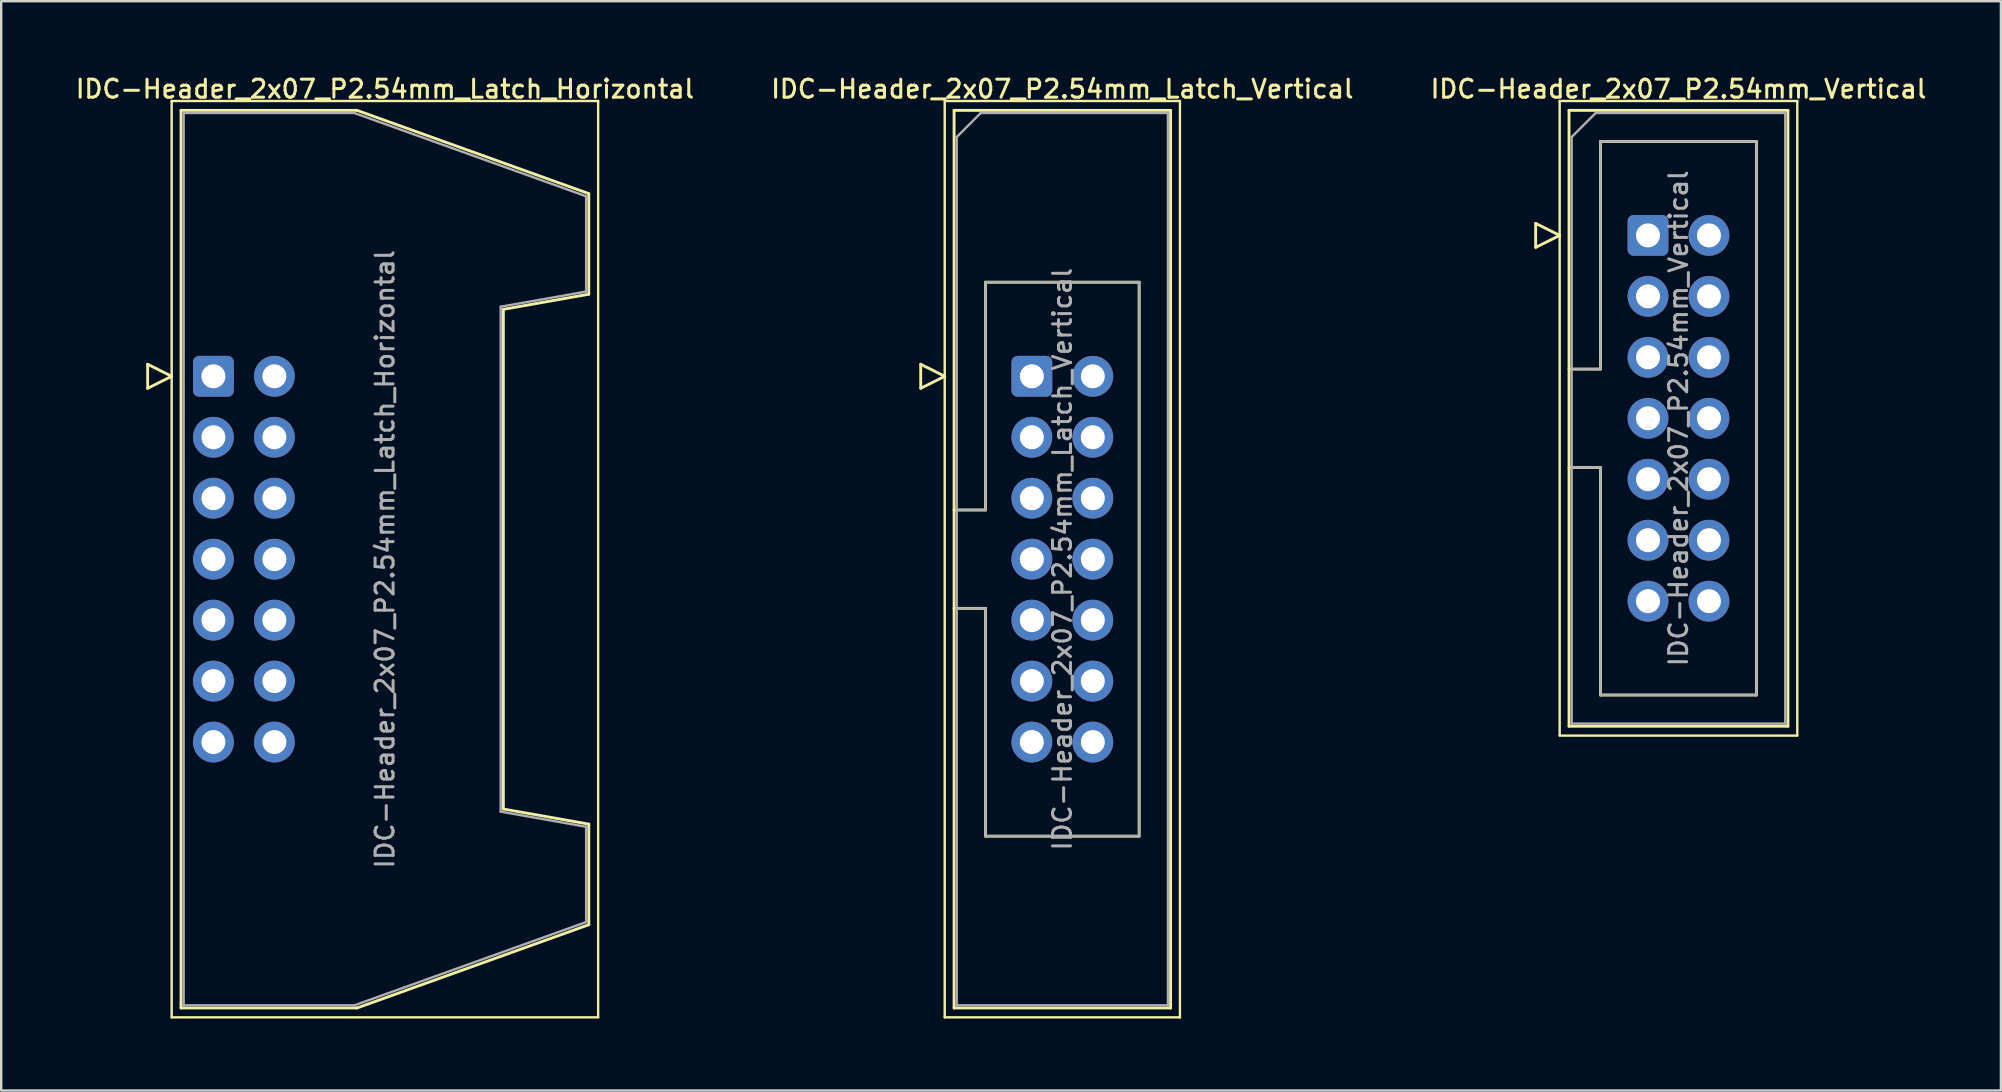
<source format=kicad_pcb>
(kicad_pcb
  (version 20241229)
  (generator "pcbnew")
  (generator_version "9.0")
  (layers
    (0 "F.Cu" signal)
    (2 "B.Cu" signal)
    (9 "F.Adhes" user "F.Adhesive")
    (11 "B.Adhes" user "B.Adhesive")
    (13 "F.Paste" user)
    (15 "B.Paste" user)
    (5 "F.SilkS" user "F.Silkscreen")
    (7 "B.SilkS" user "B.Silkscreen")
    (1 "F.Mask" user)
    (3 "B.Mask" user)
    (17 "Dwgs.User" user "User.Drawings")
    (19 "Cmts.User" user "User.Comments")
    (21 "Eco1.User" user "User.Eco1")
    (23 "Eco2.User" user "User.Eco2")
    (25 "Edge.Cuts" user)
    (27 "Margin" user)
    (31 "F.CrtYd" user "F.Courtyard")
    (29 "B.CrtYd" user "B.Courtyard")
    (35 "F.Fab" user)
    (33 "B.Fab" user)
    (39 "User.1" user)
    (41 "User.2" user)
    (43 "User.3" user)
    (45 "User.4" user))
  (footprint "IDC-Header_2x07_P2.54mm_Latch_Vertical"
    (layer "F.Cu")
    (at 39.942 12.628)
    (property "Reference" "IDC-Header_2x07_P2.54mm_Latch_Vertical" (at 1.27 -11.97 0) (layer "F.SilkS") (effects (font (size 0.75 0.75) (thickness 0.125))))
    (attr through_hole)
    (fp_line (start -4.63 -0.5) (end -4.63 0.5) (stroke (width 0.12) (type solid)) (layer "F.SilkS"))
    (fp_line (start -4.63 0.5) (end -3.63 0) (stroke (width 0.12) (type solid)) (layer "F.SilkS"))
    (fp_line (start -3.63 -11.47) (end -3.63 26.71) (stroke (width 0.1) (type solid)) (layer "F.SilkS"))
    (fp_line (start -3.63 0) (end -4.63 -0.5) (stroke (width 0.12) (type solid)) (layer "F.SilkS"))
    (fp_line (start -3.63 26.71) (end 6.17 26.71) (stroke (width 0.1) (type solid)) (layer "F.SilkS"))
    (fp_line (start -3.24 -11.08) (end 5.78 -11.08) (stroke (width 0.12) (type solid)) (layer "F.SilkS"))
    (fp_line (start -3.24 5.57) (end -1.93 5.57) (stroke (width 0.12) (type solid)) (layer "F.SilkS"))
    (fp_line (start -3.24 26.32) (end -3.24 -11.08) (stroke (width 0.12) (type solid)) (layer "F.SilkS"))
    (fp_line (start -1.93 -3.92) (end 4.47 -3.92) (stroke (width 0.12) (type solid)) (layer "F.SilkS"))
    (fp_line (start -1.93 5.57) (end -1.93 -3.92) (stroke (width 0.12) (type solid)) (layer "F.SilkS"))
    (fp_line (start -1.93 9.67) (end -3.24 9.67) (stroke (width 0.12) (type solid)) (layer "F.SilkS"))
    (fp_line (start -1.93 9.67) (end -1.93 9.67) (stroke (width 0.12) (type solid)) (layer "F.SilkS"))
    (fp_line (start -1.93 19.16) (end -1.93 9.67) (stroke (width 0.12) (type solid)) (layer "F.SilkS"))
    (fp_line (start 4.47 -3.92) (end 4.47 19.16) (stroke (width 0.12) (type solid)) (layer "F.SilkS"))
    (fp_line (start 4.47 19.16) (end -1.93 19.16) (stroke (width 0.12) (type solid)) (layer "F.SilkS"))
    (fp_line (start 5.78 -11.08) (end 5.78 26.32) (stroke (width 0.12) (type solid)) (layer "F.SilkS"))
    (fp_line (start 5.78 26.32) (end -3.24 26.32) (stroke (width 0.12) (type solid)) (layer "F.SilkS"))
    (fp_line (start 6.17 -11.47) (end -3.63 -11.47) (stroke (width 0.1) (type solid)) (layer "F.SilkS"))
    (fp_line (start 6.17 26.71) (end 6.17 -11.47) (stroke (width 0.1) (type solid)) (layer "F.SilkS"))
    (fp_line (start -3.13 -9.97) (end -2.13 -10.97) (stroke (width 0.1) (type solid)) (layer "F.Fab"))
    (fp_line (start -3.13 5.57) (end -1.93 5.57) (stroke (width 0.1) (type solid)) (layer "F.Fab"))
    (fp_line (start -3.13 26.21) (end -3.13 -9.97) (stroke (width 0.1) (type solid)) (layer "F.Fab"))
    (fp_line (start -2.13 -10.97) (end 5.67 -10.97) (stroke (width 0.1) (type solid)) (layer "F.Fab"))
    (fp_line (start -1.93 -3.92) (end 4.47 -3.92) (stroke (width 0.1) (type solid)) (layer "F.Fab"))
    (fp_line (start -1.93 5.57) (end -1.93 -3.92) (stroke (width 0.1) (type solid)) (layer "F.Fab"))
    (fp_line (start -1.93 9.67) (end -3.13 9.67) (stroke (width 0.1) (type solid)) (layer "F.Fab"))
    (fp_line (start -1.93 9.67) (end -1.93 9.67) (stroke (width 0.1) (type solid)) (layer "F.Fab"))
    (fp_line (start -1.93 19.16) (end -1.93 9.67) (stroke (width 0.1) (type solid)) (layer "F.Fab"))
    (fp_line (start 4.47 -3.92) (end 4.47 19.16) (stroke (width 0.1) (type solid)) (layer "F.Fab"))
    (fp_line (start 4.47 19.16) (end -1.93 19.16) (stroke (width 0.1) (type solid)) (layer "F.Fab"))
    (fp_line (start 5.67 -10.97) (end 5.67 26.21) (stroke (width 0.1) (type solid)) (layer "F.Fab"))
    (fp_line (start 5.67 26.21) (end -3.13 26.21) (stroke (width 0.1) (type solid)) (layer "F.Fab"))
    (fp_text user "${REFERENCE}" (at 1.27 7.62 90) (layer "F.Fab") (effects (font (size 0.75 0.75) (thickness 0.125))))
    (pad "1" thru_hole roundrect (at 0 0) (size 1.7 1.7) (drill 1) (layers "*.Cu" "*.Mask") (roundrect_rratio 0.147))
    (pad "2" thru_hole circle (at 2.54 0) (size 1.7 1.7) (drill 1) (layers "*.Cu" "*.Mask"))
    (pad "3" thru_hole circle (at 0 2.54) (size 1.7 1.7) (drill 1) (layers "*.Cu" "*.Mask"))
    (pad "4" thru_hole circle (at 2.54 2.54) (size 1.7 1.7) (drill 1) (layers "*.Cu" "*.Mask"))
    (pad "5" thru_hole circle (at 0 5.08) (size 1.7 1.7) (drill 1) (layers "*.Cu" "*.Mask"))
    (pad "6" thru_hole circle (at 2.54 5.08) (size 1.7 1.7) (drill 1) (layers "*.Cu" "*.Mask"))
    (pad "7" thru_hole circle (at 0 7.62) (size 1.7 1.7) (drill 1) (layers "*.Cu" "*.Mask"))
    (pad "8" thru_hole circle (at 2.54 7.62) (size 1.7 1.7) (drill 1) (layers "*.Cu" "*.Mask"))
    (pad "9" thru_hole circle (at 0 10.16) (size 1.7 1.7) (drill 1) (layers "*.Cu" "*.Mask"))
    (pad "10" thru_hole circle (at 2.54 10.16) (size 1.7 1.7) (drill 1) (layers "*.Cu" "*.Mask"))
    (pad "11" thru_hole circle (at 0 12.7) (size 1.7 1.7) (drill 1) (layers "*.Cu" "*.Mask"))
    (pad "12" thru_hole circle (at 2.54 12.7) (size 1.7 1.7) (drill 1) (layers "*.Cu" "*.Mask"))
    (pad "13" thru_hole circle (at 0 15.24) (size 1.7 1.7) (drill 1) (layers "*.Cu" "*.Mask"))
    (pad "14" thru_hole circle (at 2.54 15.24) (size 1.7 1.7) (drill 1) (layers "*.Cu" "*.Mask")))
  (footprint "IDC-Header_2x07_P2.54mm_Vertical"
    (layer "F.Cu")
    (at 65.614 6.758)
    (property "Reference" "IDC-Header_2x07_P2.54mm_Vertical" (at 1.27 -6.1 0) (layer "F.SilkS") (effects (font (size 0.75 0.75) (thickness 0.125))))
    (attr through_hole)
    (fp_line (start -4.68 -0.5) (end -4.68 0.5) (stroke (width 0.12) (type solid)) (layer "F.SilkS"))
    (fp_line (start -4.68 0.5) (end -3.68 0) (stroke (width 0.12) (type solid)) (layer "F.SilkS"))
    (fp_line (start -3.68 -5.6) (end -3.68 20.84) (stroke (width 0.1) (type solid)) (layer "F.SilkS"))
    (fp_line (start -3.68 0) (end -4.68 -0.5) (stroke (width 0.12) (type solid)) (layer "F.SilkS"))
    (fp_line (start -3.68 20.84) (end 6.22 20.84) (stroke (width 0.1) (type solid)) (layer "F.SilkS"))
    (fp_line (start -3.29 -5.21) (end 5.83 -5.21) (stroke (width 0.12) (type solid)) (layer "F.SilkS"))
    (fp_line (start -3.29 5.57) (end -1.98 5.57) (stroke (width 0.12) (type solid)) (layer "F.SilkS"))
    (fp_line (start -3.29 20.45) (end -3.29 -5.21) (stroke (width 0.12) (type solid)) (layer "F.SilkS"))
    (fp_line (start -1.98 -3.91) (end 4.52 -3.91) (stroke (width 0.12) (type solid)) (layer "F.SilkS"))
    (fp_line (start -1.98 5.57) (end -1.98 -3.91) (stroke (width 0.12) (type solid)) (layer "F.SilkS"))
    (fp_line (start -1.98 9.67) (end -3.29 9.67) (stroke (width 0.12) (type solid)) (layer "F.SilkS"))
    (fp_line (start -1.98 9.67) (end -1.98 9.67) (stroke (width 0.12) (type solid)) (layer "F.SilkS"))
    (fp_line (start -1.98 19.15) (end -1.98 9.67) (stroke (width 0.12) (type solid)) (layer "F.SilkS"))
    (fp_line (start 4.52 -3.91) (end 4.52 19.15) (stroke (width 0.12) (type solid)) (layer "F.SilkS"))
    (fp_line (start 4.52 19.15) (end -1.98 19.15) (stroke (width 0.12) (type solid)) (layer "F.SilkS"))
    (fp_line (start 5.83 -5.21) (end 5.83 20.45) (stroke (width 0.12) (type solid)) (layer "F.SilkS"))
    (fp_line (start 5.83 20.45) (end -3.29 20.45) (stroke (width 0.12) (type solid)) (layer "F.SilkS"))
    (fp_line (start 6.22 -5.6) (end -3.68 -5.6) (stroke (width 0.1) (type solid)) (layer "F.SilkS"))
    (fp_line (start 6.22 20.84) (end 6.22 -5.6) (stroke (width 0.1) (type solid)) (layer "F.SilkS"))
    (fp_line (start -3.18 -4.1) (end -2.18 -5.1) (stroke (width 0.1) (type solid)) (layer "F.Fab"))
    (fp_line (start -3.18 5.57) (end -1.98 5.57) (stroke (width 0.1) (type solid)) (layer "F.Fab"))
    (fp_line (start -3.18 20.34) (end -3.18 -4.1) (stroke (width 0.1) (type solid)) (layer "F.Fab"))
    (fp_line (start -2.18 -5.1) (end 5.72 -5.1) (stroke (width 0.1) (type solid)) (layer "F.Fab"))
    (fp_line (start -1.98 -3.91) (end 4.52 -3.91) (stroke (width 0.1) (type solid)) (layer "F.Fab"))
    (fp_line (start -1.98 5.57) (end -1.98 -3.91) (stroke (width 0.1) (type solid)) (layer "F.Fab"))
    (fp_line (start -1.98 9.67) (end -3.18 9.67) (stroke (width 0.1) (type solid)) (layer "F.Fab"))
    (fp_line (start -1.98 9.67) (end -1.98 9.67) (stroke (width 0.1) (type solid)) (layer "F.Fab"))
    (fp_line (start -1.98 19.15) (end -1.98 9.67) (stroke (width 0.1) (type solid)) (layer "F.Fab"))
    (fp_line (start 4.52 -3.91) (end 4.52 19.15) (stroke (width 0.1) (type solid)) (layer "F.Fab"))
    (fp_line (start 4.52 19.15) (end -1.98 19.15) (stroke (width 0.1) (type solid)) (layer "F.Fab"))
    (fp_line (start 5.72 -5.1) (end 5.72 20.34) (stroke (width 0.1) (type solid)) (layer "F.Fab"))
    (fp_line (start 5.72 20.34) (end -3.18 20.34) (stroke (width 0.1) (type solid)) (layer "F.Fab"))
    (fp_text user "${REFERENCE}" (at 1.27 7.62 90) (layer "F.Fab") (effects (font (size 0.75 0.75) (thickness 0.125))))
    (pad "1" thru_hole roundrect (at 0 0) (size 1.7 1.7) (drill 1) (layers "*.Cu" "*.Mask") (roundrect_rratio 0.147))
    (pad "2" thru_hole circle (at 2.54 0) (size 1.7 1.7) (drill 1) (layers "*.Cu" "*.Mask"))
    (pad "3" thru_hole circle (at 0 2.54) (size 1.7 1.7) (drill 1) (layers "*.Cu" "*.Mask"))
    (pad "4" thru_hole circle (at 2.54 2.54) (size 1.7 1.7) (drill 1) (layers "*.Cu" "*.Mask"))
    (pad "5" thru_hole circle (at 0 5.08) (size 1.7 1.7) (drill 1) (layers "*.Cu" "*.Mask"))
    (pad "6" thru_hole circle (at 2.54 5.08) (size 1.7 1.7) (drill 1) (layers "*.Cu" "*.Mask"))
    (pad "7" thru_hole circle (at 0 7.62) (size 1.7 1.7) (drill 1) (layers "*.Cu" "*.Mask"))
    (pad "8" thru_hole circle (at 2.54 7.62) (size 1.7 1.7) (drill 1) (layers "*.Cu" "*.Mask"))
    (pad "9" thru_hole circle (at 0 10.16) (size 1.7 1.7) (drill 1) (layers "*.Cu" "*.Mask"))
    (pad "10" thru_hole circle (at 2.54 10.16) (size 1.7 1.7) (drill 1) (layers "*.Cu" "*.Mask"))
    (pad "11" thru_hole circle (at 0 12.7) (size 1.7 1.7) (drill 1) (layers "*.Cu" "*.Mask"))
    (pad "12" thru_hole circle (at 2.54 12.7) (size 1.7 1.7) (drill 1) (layers "*.Cu" "*.Mask"))
    (pad "13" thru_hole circle (at 0 15.24) (size 1.7 1.7) (drill 1) (layers "*.Cu" "*.Mask"))
    (pad "14" thru_hole circle (at 2.54 15.24) (size 1.7 1.7) (drill 1) (layers "*.Cu" "*.Mask")))
  (footprint "IDC-Header_2x07_P2.54mm_Latch_Horizontal"
    (layer "F.Cu")
    (at 5.842 12.628)
    (property "Reference" "IDC-Header_2x07_P2.54mm_Latch_Horizontal" (at 7.145 -11.97 0) (layer "F.SilkS") (effects (font (size 0.75 0.75) (thickness 0.125))))
    (attr through_hole)
    (fp_line (start -2.74 -0.5) (end -2.74 0.5) (stroke (width 0.12) (type solid)) (layer "F.SilkS"))
    (fp_line (start -2.74 0.5) (end -1.74 0) (stroke (width 0.12) (type solid)) (layer "F.SilkS"))
    (fp_line (start -1.74 -11.47) (end -1.74 26.71) (stroke (width 0.1) (type solid)) (layer "F.SilkS"))
    (fp_line (start -1.74 0) (end -2.74 -0.5) (stroke (width 0.12) (type solid)) (layer "F.SilkS"))
    (fp_line (start -1.74 26.71) (end 16.03 26.71) (stroke (width 0.1) (type solid)) (layer "F.SilkS"))
    (fp_line (start -1.35 -11.08) (end 5.98 -11.08) (stroke (width 0.12) (type solid)) (layer "F.SilkS"))
    (fp_line (start -1.35 26.32) (end -1.35 -11.08) (stroke (width 0.12) (type solid)) (layer "F.SilkS"))
    (fp_line (start 5.98 -11.08) (end 15.64 -7.61) (stroke (width 0.12) (type solid)) (layer "F.SilkS"))
    (fp_line (start 5.98 26.32) (end -1.35 26.32) (stroke (width 0.12) (type solid)) (layer "F.SilkS"))
    (fp_line (start 12.08 -2.79) (end 12.08 18.03) (stroke (width 0.12) (type solid)) (layer "F.SilkS"))
    (fp_line (start 12.08 18.03) (end 15.64 18.66) (stroke (width 0.12) (type solid)) (layer "F.SilkS"))
    (fp_line (start 15.64 -7.61) (end 15.64 -3.42) (stroke (width 0.12) (type solid)) (layer "F.SilkS"))
    (fp_line (start 15.64 -3.42) (end 12.08 -2.79) (stroke (width 0.12) (type solid)) (layer "F.SilkS"))
    (fp_line (start 15.64 18.66) (end 15.64 22.85) (stroke (width 0.12) (type solid)) (layer "F.SilkS"))
    (fp_line (start 15.64 22.85) (end 5.98 26.32) (stroke (width 0.12) (type solid)) (layer "F.SilkS"))
    (fp_line (start 16.03 -11.47) (end -1.74 -11.47) (stroke (width 0.1) (type solid)) (layer "F.SilkS"))
    (fp_line (start 16.03 26.71) (end 16.03 -11.47) (stroke (width 0.1) (type solid)) (layer "F.SilkS"))
    (fp_line (start -1.24 -10.97) (end 5.87 -10.97) (stroke (width 0.1) (type solid)) (layer "F.Fab"))
    (fp_line (start -1.24 26.21) (end -1.24 -10.97) (stroke (width 0.1) (type solid)) (layer "F.Fab"))
    (fp_line (start 5.87 -10.97) (end 15.53 -7.5) (stroke (width 0.1) (type solid)) (layer "F.Fab"))
    (fp_line (start 5.87 26.21) (end -1.24 26.21) (stroke (width 0.1) (type solid)) (layer "F.Fab"))
    (fp_line (start 11.97 -2.9) (end 11.97 18.14) (stroke (width 0.1) (type solid)) (layer "F.Fab"))
    (fp_line (start 11.97 18.14) (end 15.53 18.77) (stroke (width 0.1) (type solid)) (layer "F.Fab"))
    (fp_line (start 15.53 -7.5) (end 15.53 -3.53) (stroke (width 0.1) (type solid)) (layer "F.Fab"))
    (fp_line (start 15.53 -3.53) (end 11.97 -2.9) (stroke (width 0.1) (type solid)) (layer "F.Fab"))
    (fp_line (start 15.53 18.77) (end 15.53 22.74) (stroke (width 0.1) (type solid)) (layer "F.Fab"))
    (fp_line (start 15.53 22.74) (end 5.87 26.21) (stroke (width 0.1) (type solid)) (layer "F.Fab"))
    (fp_text user "${REFERENCE}" (at 7.145 7.62 90) (layer "F.Fab") (effects (font (size 0.75 0.75) (thickness 0.125))))
    (pad "1" thru_hole roundrect (at 0 0) (size 1.7 1.7) (drill 1) (layers "*.Cu" "*.Mask") (roundrect_rratio 0.147))
    (pad "2" thru_hole circle (at 2.54 0) (size 1.7 1.7) (drill 1) (layers "*.Cu" "*.Mask"))
    (pad "3" thru_hole circle (at 0 2.54) (size 1.7 1.7) (drill 1) (layers "*.Cu" "*.Mask"))
    (pad "4" thru_hole circle (at 2.54 2.54) (size 1.7 1.7) (drill 1) (layers "*.Cu" "*.Mask"))
    (pad "5" thru_hole circle (at 0 5.08) (size 1.7 1.7) (drill 1) (layers "*.Cu" "*.Mask"))
    (pad "6" thru_hole circle (at 2.54 5.08) (size 1.7 1.7) (drill 1) (layers "*.Cu" "*.Mask"))
    (pad "7" thru_hole circle (at 0 7.62) (size 1.7 1.7) (drill 1) (layers "*.Cu" "*.Mask"))
    (pad "8" thru_hole circle (at 2.54 7.62) (size 1.7 1.7) (drill 1) (layers "*.Cu" "*.Mask"))
    (pad "9" thru_hole circle (at 0 10.16) (size 1.7 1.7) (drill 1) (layers "*.Cu" "*.Mask"))
    (pad "10" thru_hole circle (at 2.54 10.16) (size 1.7 1.7) (drill 1) (layers "*.Cu" "*.Mask"))
    (pad "11" thru_hole circle (at 0 12.7) (size 1.7 1.7) (drill 1) (layers "*.Cu" "*.Mask"))
    (pad "12" thru_hole circle (at 2.54 12.7) (size 1.7 1.7) (drill 1) (layers "*.Cu" "*.Mask"))
    (pad "13" thru_hole circle (at 0 15.24) (size 1.7 1.7) (drill 1) (layers "*.Cu" "*.Mask"))
    (pad "14" thru_hole circle (at 2.54 15.24) (size 1.7 1.7) (drill 1) (layers "*.Cu" "*.Mask")))
  (gr_rect
    (start -3 -3)
    (end 80.318 42.388)
    (stroke (width 0.1) (type default))
    (fill no)
    (layer "Edge.Cuts")))
</source>
